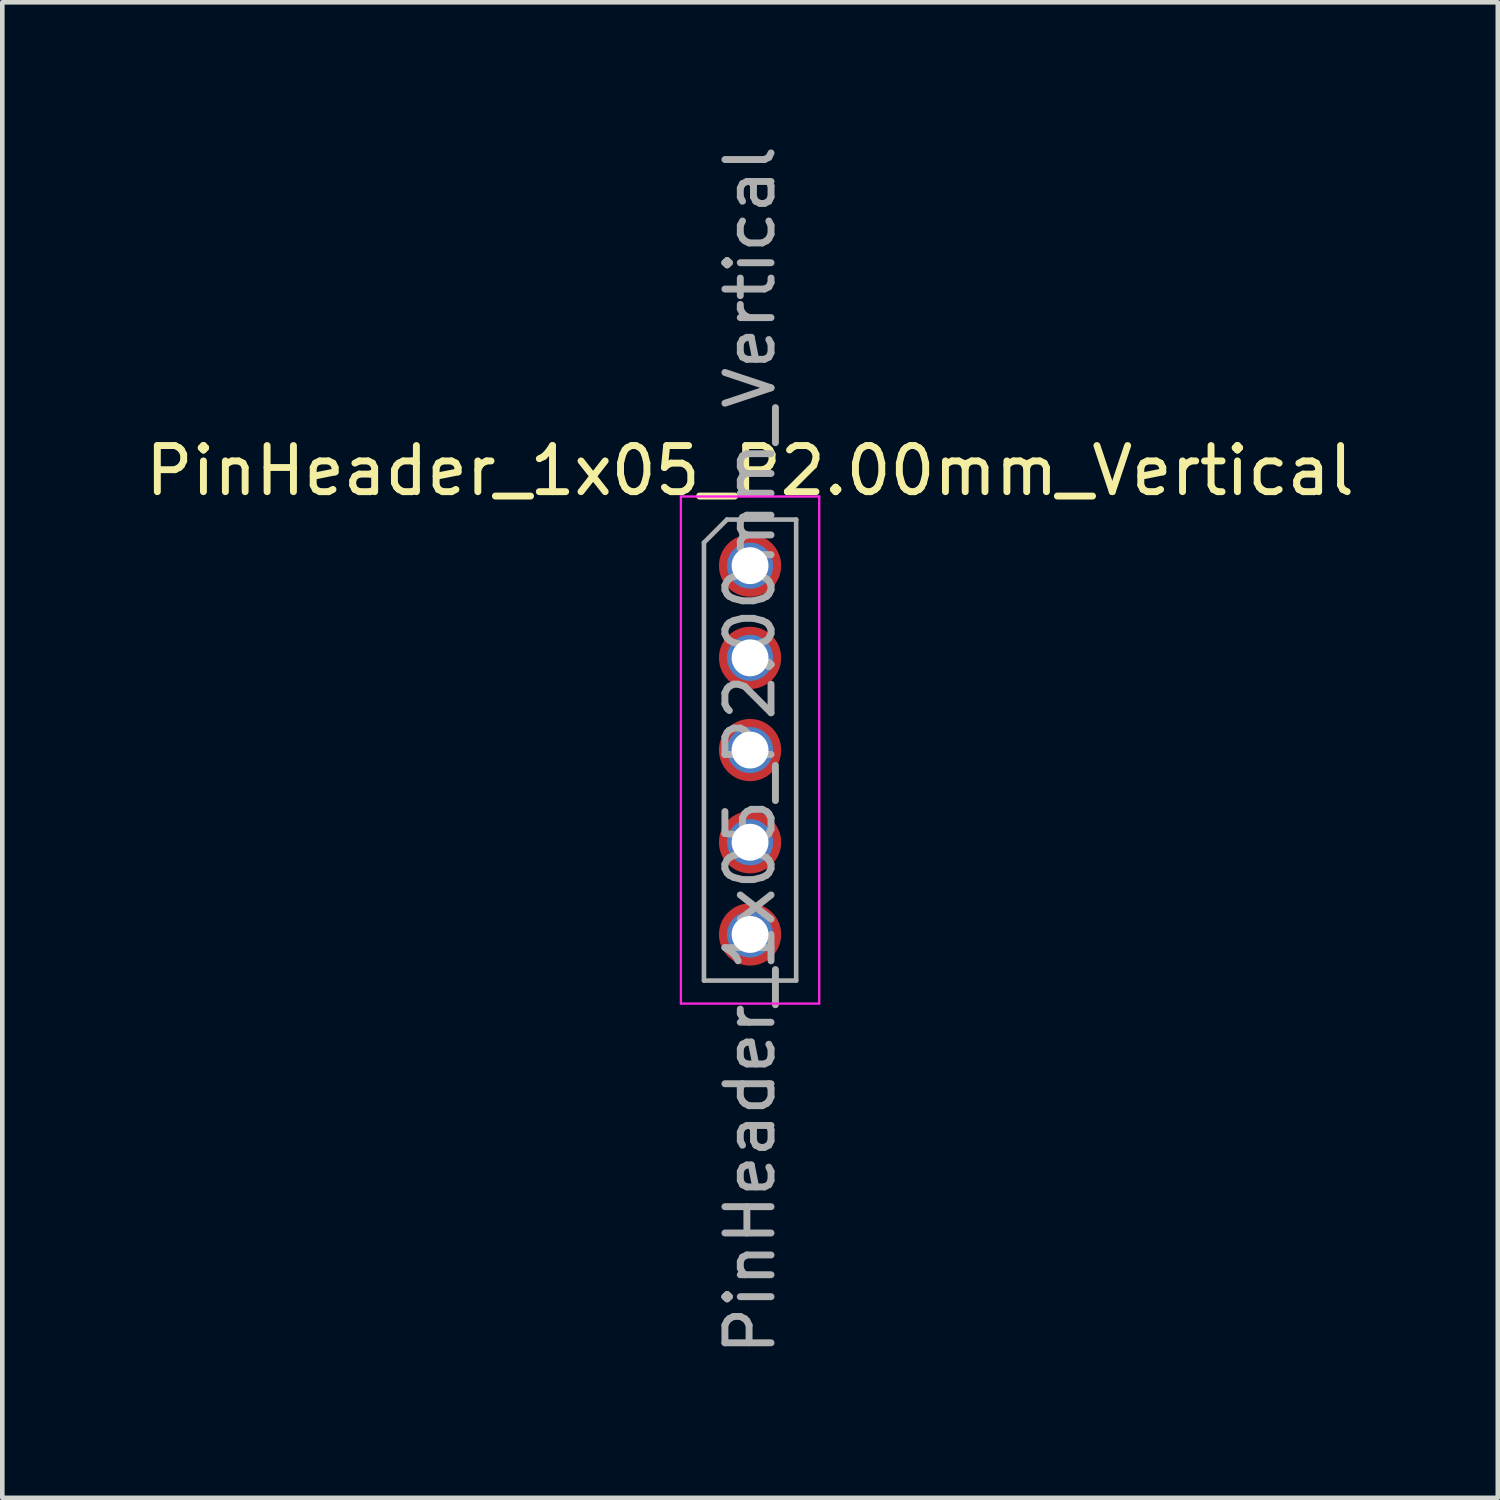
<source format=kicad_pcb>
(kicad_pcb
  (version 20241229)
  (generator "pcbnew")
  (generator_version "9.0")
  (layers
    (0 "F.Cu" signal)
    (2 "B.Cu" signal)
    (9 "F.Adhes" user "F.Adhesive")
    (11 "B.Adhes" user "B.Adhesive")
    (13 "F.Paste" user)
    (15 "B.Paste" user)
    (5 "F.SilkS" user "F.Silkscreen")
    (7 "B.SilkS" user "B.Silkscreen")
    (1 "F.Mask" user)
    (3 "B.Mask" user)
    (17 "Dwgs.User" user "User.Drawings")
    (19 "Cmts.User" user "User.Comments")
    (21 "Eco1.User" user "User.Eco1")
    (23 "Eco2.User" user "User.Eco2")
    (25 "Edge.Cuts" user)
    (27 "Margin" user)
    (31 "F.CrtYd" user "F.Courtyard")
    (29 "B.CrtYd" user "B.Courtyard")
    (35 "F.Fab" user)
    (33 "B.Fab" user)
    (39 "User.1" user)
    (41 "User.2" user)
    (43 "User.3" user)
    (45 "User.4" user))
  (footprint "PinHeader_1x05_P2.00mm_Vertical"
    (layer "F.Cu")
    (at 13.22 9.22)
    (property "Reference" "PinHeader_1x05_P2.00mm_Vertical" (at 0 -2.06 0) (layer "F.SilkS") (effects (font (size 1 1) (thickness 0.15))))
    (attr through_hole)
    (fp_line (start -1.5 -1.5) (end -1.5 9.5) (stroke (width 0.05) (type solid)) (layer "F.CrtYd"))
    (fp_line (start -1.5 9.5) (end 1.5 9.5) (stroke (width 0.05) (type solid)) (layer "F.CrtYd"))
    (fp_line (start 1.5 -1.5) (end -1.5 -1.5) (stroke (width 0.05) (type solid)) (layer "F.CrtYd"))
    (fp_line (start 1.5 9.5) (end 1.5 -1.5) (stroke (width 0.05) (type solid)) (layer "F.CrtYd"))
    (fp_line (start -1 -0.5) (end -0.5 -1) (stroke (width 0.1) (type solid)) (layer "F.Fab"))
    (fp_line (start -1 9) (end -1 -0.5) (stroke (width 0.1) (type solid)) (layer "F.Fab"))
    (fp_line (start -0.5 -1) (end 1 -1) (stroke (width 0.1) (type solid)) (layer "F.Fab"))
    (fp_line (start 1 -1) (end 1 9) (stroke (width 0.1) (type solid)) (layer "F.Fab"))
    (fp_line (start 1 9) (end -1 9) (stroke (width 0.1) (type solid)) (layer "F.Fab"))
    (fp_text user "${REFERENCE}" (at 0 4 90) (layer "F.Fab") (effects (font (size 1 1) (thickness 0.15))))
    (pad "1" thru_hole oval (at 0 0) (size 1 1) (drill 0.8) (layers "*.Cu" "*.Mask"))
    (pad "1" smd oval (at 0 0) (size 1.35 1.35) (layers "F.Cu" "F.Mask"))
    (pad "2" thru_hole oval (at 0 2) (size 1 1) (drill 0.8) (layers "*.Cu" "*.Mask"))
    (pad "2" smd oval (at 0 2) (size 1.35 1.35) (layers "F.Cu" "F.Mask"))
    (pad "3" thru_hole oval (at 0 4) (size 1 1) (drill 0.8) (layers "*.Cu" "*.Mask"))
    (pad "3" smd oval (at 0 4) (size 1.35 1.35) (layers "F.Cu" "F.Mask"))
    (pad "4" thru_hole oval (at 0 6) (size 1 1) (drill 0.8) (layers "*.Cu" "*.Mask"))
    (pad "4" smd oval (at 0 6) (size 1.35 1.35) (layers "F.Cu" "F.Mask"))
    (pad "5" thru_hole oval (at 0 8) (size 1 1) (drill 0.8) (layers "*.Cu" "*.Mask"))
    (pad "5" smd oval (at 0 8) (size 1.35 1.35) (layers "F.Cu" "F.Mask")))
  (gr_rect
    (start -3 -3)
    (end 29.44 29.44)
    (stroke (width 0.1) (type default))
    (fill no)
    (layer "Edge.Cuts")))
</source>
